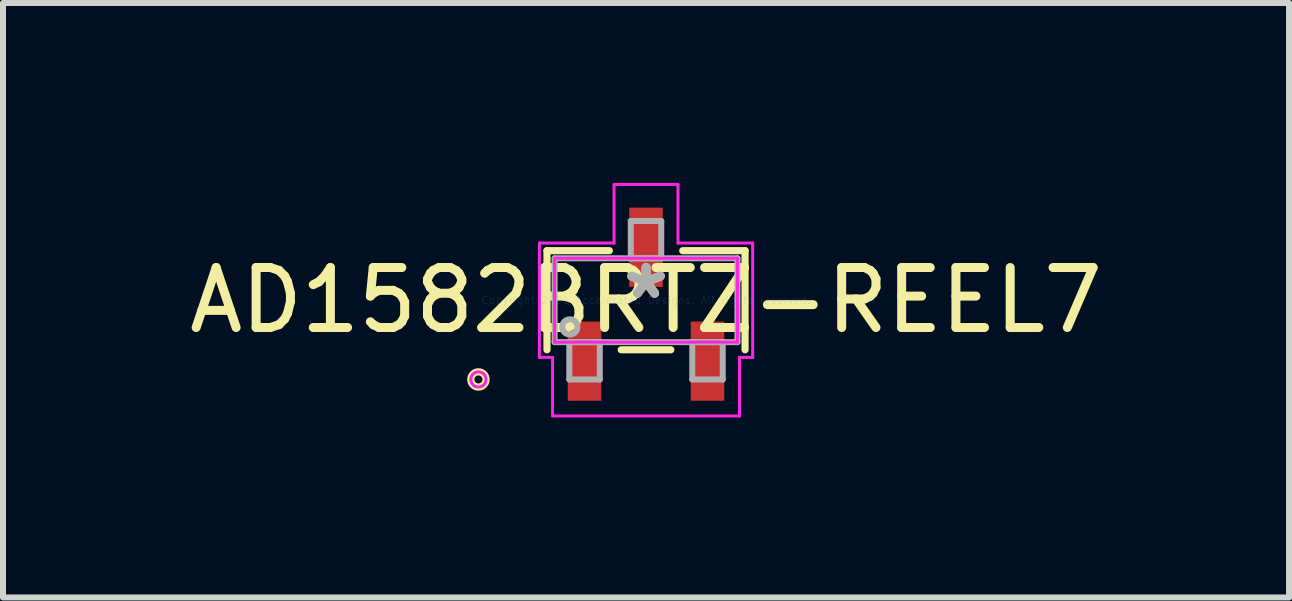
<source format=kicad_pcb>
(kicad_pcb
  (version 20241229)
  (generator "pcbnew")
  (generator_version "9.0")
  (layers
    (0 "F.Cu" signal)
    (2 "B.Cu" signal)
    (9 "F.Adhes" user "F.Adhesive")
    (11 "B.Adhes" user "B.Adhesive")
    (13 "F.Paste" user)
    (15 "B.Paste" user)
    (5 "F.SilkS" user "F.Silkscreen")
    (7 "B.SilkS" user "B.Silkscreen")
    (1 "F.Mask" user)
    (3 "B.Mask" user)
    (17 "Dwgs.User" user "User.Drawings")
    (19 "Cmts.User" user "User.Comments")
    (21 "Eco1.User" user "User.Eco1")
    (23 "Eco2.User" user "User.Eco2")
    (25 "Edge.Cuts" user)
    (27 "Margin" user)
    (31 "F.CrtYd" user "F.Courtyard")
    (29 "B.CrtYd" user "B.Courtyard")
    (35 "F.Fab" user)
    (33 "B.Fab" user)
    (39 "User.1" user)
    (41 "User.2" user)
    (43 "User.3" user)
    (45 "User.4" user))
  (footprint "AD1582BRTZ-REEL7"
    (layer "F.Cu")
    (at 7.72 1.955)
    (property "Reference" "AD1582BRTZ-REEL7" (at 0 0 0) (layer "F.SilkS") (effects (font (size 1 1) (thickness 0.15))))
    (attr through_hole)
    (fp_line (start -1.651 -0.826) (end -1.651 0.826) (stroke (width 0.12) (type solid)) (layer "F.SilkS"))
    (fp_line (start -0.612 -0.826) (end -1.651 -0.826) (stroke (width 0.12) (type solid)) (layer "F.SilkS"))
    (fp_line (start -0.413 0.826) (end 0.413 0.826) (stroke (width 0.12) (type solid)) (layer "F.SilkS"))
    (fp_line (start 1.651 -0.826) (end 0.612 -0.826) (stroke (width 0.12) (type solid)) (layer "F.SilkS"))
    (fp_line (start 1.651 0.826) (end 1.651 -0.826) (stroke (width 0.12) (type solid)) (layer "F.SilkS"))
    (fp_circle (center -2.794 1.321) (end -2.667 1.321) (stroke (width 0.12) (type solid)) (fill no) (layer "F.SilkS"))
    (fp_line (start -1.778 -0.953) (end -0.533 -0.953) (stroke (width 0.05) (type solid)) (layer "F.CrtYd"))
    (fp_line (start -1.778 0.953) (end -1.778 -0.953) (stroke (width 0.05) (type solid)) (layer "F.CrtYd"))
    (fp_line (start -1.558 0.953) (end -1.778 0.953) (stroke (width 0.05) (type solid)) (layer "F.CrtYd"))
    (fp_line (start -1.558 1.93) (end -1.558 0.953) (stroke (width 0.05) (type solid)) (layer "F.CrtYd"))
    (fp_line (start -1.524 -0.699) (end 1.524 -0.699) (stroke (width 0.05) (type solid)) (layer "F.CrtYd"))
    (fp_line (start -1.524 0.699) (end -1.524 -0.699) (stroke (width 0.05) (type solid)) (layer "F.CrtYd"))
    (fp_line (start -0.533 -1.93) (end 0.533 -1.93) (stroke (width 0.05) (type solid)) (layer "F.CrtYd"))
    (fp_line (start -0.533 -0.953) (end -0.533 -1.93) (stroke (width 0.05) (type solid)) (layer "F.CrtYd"))
    (fp_line (start 0.533 -1.93) (end 0.533 -0.953) (stroke (width 0.05) (type solid)) (layer "F.CrtYd"))
    (fp_line (start 0.533 -0.953) (end 1.778 -0.953) (stroke (width 0.05) (type solid)) (layer "F.CrtYd"))
    (fp_line (start 1.524 -0.699) (end 1.524 0.699) (stroke (width 0.05) (type solid)) (layer "F.CrtYd"))
    (fp_line (start 1.524 0.699) (end -1.524 0.699) (stroke (width 0.05) (type solid)) (layer "F.CrtYd"))
    (fp_line (start 1.558 0.953) (end 1.558 1.93) (stroke (width 0.05) (type solid)) (layer "F.CrtYd"))
    (fp_line (start 1.558 1.93) (end -1.558 1.93) (stroke (width 0.05) (type solid)) (layer "F.CrtYd"))
    (fp_line (start 1.778 -0.953) (end 1.778 0.953) (stroke (width 0.05) (type solid)) (layer "F.CrtYd"))
    (fp_line (start 1.778 0.953) (end 1.558 0.953) (stroke (width 0.05) (type solid)) (layer "F.CrtYd"))
    (fp_circle (center -2.794 1.321) (end -2.667 1.321) (stroke (width 0.05) (type solid)) (fill no) (layer "F.CrtYd"))
    (fp_line (start -1.524 -0.699) (end -1.524 0.699) (stroke (width 0.1) (type solid)) (layer "F.Fab"))
    (fp_line (start -1.524 0.699) (end 1.524 0.699) (stroke (width 0.1) (type solid)) (layer "F.Fab"))
    (fp_line (start -1.279 0.699) (end -1.279 1.321) (stroke (width 0.1) (type solid)) (layer "F.Fab"))
    (fp_line (start -1.279 1.321) (end -0.771 1.321) (stroke (width 0.1) (type solid)) (layer "F.Fab"))
    (fp_line (start -0.771 0.699) (end -1.279 0.699) (stroke (width 0.1) (type solid)) (layer "F.Fab"))
    (fp_line (start -0.771 1.321) (end -0.771 0.699) (stroke (width 0.1) (type solid)) (layer "F.Fab"))
    (fp_line (start -0.254 -1.321) (end -0.254 -0.699) (stroke (width 0.1) (type solid)) (layer "F.Fab"))
    (fp_line (start -0.254 -0.699) (end 0.254 -0.699) (stroke (width 0.1) (type solid)) (layer "F.Fab"))
    (fp_line (start 0.254 -1.321) (end -0.254 -1.321) (stroke (width 0.1) (type solid)) (layer "F.Fab"))
    (fp_line (start 0.254 -0.699) (end 0.254 -1.321) (stroke (width 0.1) (type solid)) (layer "F.Fab"))
    (fp_line (start 0.771 0.699) (end 0.771 1.321) (stroke (width 0.1) (type solid)) (layer "F.Fab"))
    (fp_line (start 0.771 1.321) (end 1.279 1.321) (stroke (width 0.1) (type solid)) (layer "F.Fab"))
    (fp_line (start 1.279 0.699) (end 0.771 0.699) (stroke (width 0.1) (type solid)) (layer "F.Fab"))
    (fp_line (start 1.279 1.321) (end 1.279 0.699) (stroke (width 0.1) (type solid)) (layer "F.Fab"))
    (fp_line (start 1.524 -0.699) (end -1.524 -0.699) (stroke (width 0.1) (type solid)) (layer "F.Fab"))
    (fp_line (start 1.524 0.699) (end 1.524 -0.699) (stroke (width 0.1) (type solid)) (layer "F.Fab"))
    (fp_circle (center -1.27 0.445) (end -1.143 0.445) (stroke (width 0.1) (type solid)) (fill no) (layer "F.Fab"))
    (fp_text user "*" (at 0 0 0) (layer "F.SilkS") (effects (font (size 1 1) (thickness 0.15))))
    (fp_text user "Copyright 2021 Accelerated Designs. All rights reserved." (at 0 0 0) (layer "Cmts.User") (effects (font (size 0.127 0.127) (thickness 0.002))))
    (fp_text user "*" (at 0 0 0) (layer "F.Fab") (effects (font (size 1 1) (thickness 0.15))))
    (pad "1" smd rect (at -1.025 1.016) (size 0.559 1.321) (layers "F.Cu" "F.Mask" "F.Paste"))
    (pad "2" smd rect (at 1.025 1.016) (size 0.559 1.321) (layers "F.Cu" "F.Mask" "F.Paste"))
    (pad "3" smd rect (at 0 -0.883) (size 0.559 1.321) (layers "F.Cu" "F.Mask" "F.Paste")))
  (gr_rect
    (start -3 -3)
    (end 18.44 6.911)
    (stroke (width 0.1) (type default))
    (fill no)
    (layer "Edge.Cuts")))
</source>
